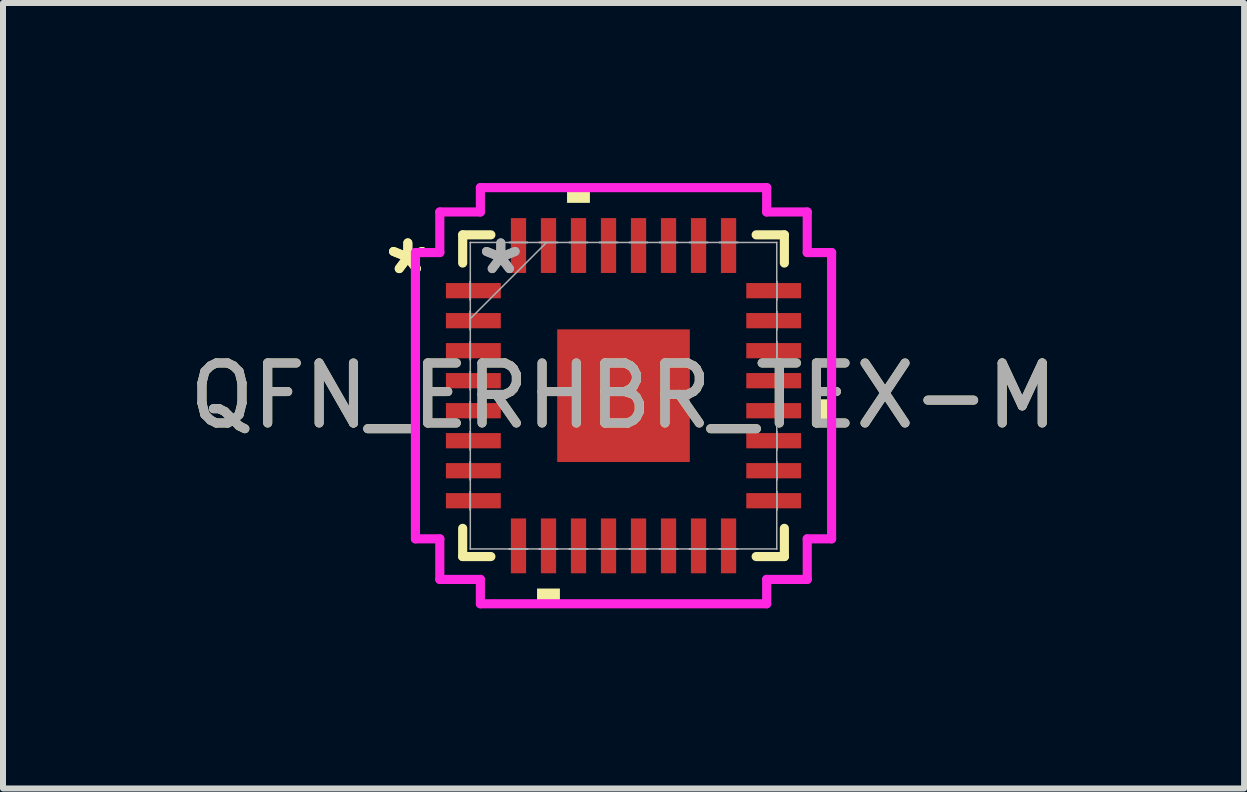
<source format=kicad_pcb>
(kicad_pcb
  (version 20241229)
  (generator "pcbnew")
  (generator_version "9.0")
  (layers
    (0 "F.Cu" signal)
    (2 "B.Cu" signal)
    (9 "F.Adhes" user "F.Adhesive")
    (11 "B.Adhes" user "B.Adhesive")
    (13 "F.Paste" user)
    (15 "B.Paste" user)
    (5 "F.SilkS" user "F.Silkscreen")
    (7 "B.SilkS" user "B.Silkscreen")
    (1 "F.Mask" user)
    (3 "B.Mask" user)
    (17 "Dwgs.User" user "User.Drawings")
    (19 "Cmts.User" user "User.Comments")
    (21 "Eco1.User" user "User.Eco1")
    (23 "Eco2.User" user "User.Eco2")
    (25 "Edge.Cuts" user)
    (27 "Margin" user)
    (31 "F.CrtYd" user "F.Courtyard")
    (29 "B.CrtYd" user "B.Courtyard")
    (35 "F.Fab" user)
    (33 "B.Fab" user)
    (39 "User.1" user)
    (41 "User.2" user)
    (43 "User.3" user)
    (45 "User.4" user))
  (footprint "QFN_ERHBR_TEX-M"
    (layer "F.Cu")
    (at 7.339 3.543)
    (property "Reference" "QFN_ERHBR_TEX-M" (at 0 0 0) (unlocked yes) (layer "F.SilkS") (effects (font (size 1 1) (thickness 0.15))))
    (attr smd)
    (fp_line (start -2.68 -2.68) (end -2.68 -2.21) (stroke (width 0.152) (type solid)) (layer "F.SilkS"))
    (fp_line (start -2.68 2.21) (end -2.68 2.68) (stroke (width 0.152) (type solid)) (layer "F.SilkS"))
    (fp_line (start -2.68 2.68) (end -2.21 2.68) (stroke (width 0.152) (type solid)) (layer "F.SilkS"))
    (fp_line (start -2.21 -2.68) (end -2.68 -2.68) (stroke (width 0.152) (type solid)) (layer "F.SilkS"))
    (fp_line (start 2.21 2.68) (end 2.68 2.68) (stroke (width 0.152) (type solid)) (layer "F.SilkS"))
    (fp_line (start 2.68 -2.68) (end 2.21 -2.68) (stroke (width 0.152) (type solid)) (layer "F.SilkS"))
    (fp_line (start 2.68 -2.21) (end 2.68 -2.68) (stroke (width 0.152) (type solid)) (layer "F.SilkS"))
    (fp_line (start 2.68 2.68) (end 2.68 2.21) (stroke (width 0.152) (type solid)) (layer "F.SilkS"))
    (fp_poly (pts (xy -1.441 3.213) (xy -1.441 3.467) (xy -1.06 3.467) (xy -1.06 3.213)) (stroke (width 0) (type solid)) (fill yes) (layer "F.SilkS"))
    (fp_poly (pts (xy -0.941 -3.213) (xy -0.941 -3.467) (xy -0.56 -3.467) (xy -0.56 -3.213)) (stroke (width 0) (type solid)) (fill yes) (layer "F.SilkS"))
    (fp_poly (pts (xy 3.467 0.06) (xy 3.467 0.441) (xy 3.213 0.441) (xy 3.213 0.06)) (stroke (width 0) (type solid)) (fill yes) (layer "F.SilkS"))
    (fp_line (start -3.467 -2.385) (end -3.061 -2.385) (stroke (width 0.152) (type solid)) (layer "F.CrtYd"))
    (fp_line (start -3.467 2.385) (end -3.467 -2.385) (stroke (width 0.152) (type solid)) (layer "F.CrtYd"))
    (fp_line (start -3.061 -3.061) (end -2.385 -3.061) (stroke (width 0.152) (type solid)) (layer "F.CrtYd"))
    (fp_line (start -3.061 -2.385) (end -3.061 -3.061) (stroke (width 0.152) (type solid)) (layer "F.CrtYd"))
    (fp_line (start -3.061 2.385) (end -3.467 2.385) (stroke (width 0.152) (type solid)) (layer "F.CrtYd"))
    (fp_line (start -3.061 3.061) (end -3.061 2.385) (stroke (width 0.152) (type solid)) (layer "F.CrtYd"))
    (fp_line (start -2.385 -3.467) (end 2.385 -3.467) (stroke (width 0.152) (type solid)) (layer "F.CrtYd"))
    (fp_line (start -2.385 -3.061) (end -2.385 -3.467) (stroke (width 0.152) (type solid)) (layer "F.CrtYd"))
    (fp_line (start -2.385 3.061) (end -3.061 3.061) (stroke (width 0.152) (type solid)) (layer "F.CrtYd"))
    (fp_line (start -2.385 3.467) (end -2.385 3.061) (stroke (width 0.152) (type solid)) (layer "F.CrtYd"))
    (fp_line (start 2.385 -3.467) (end 2.385 -3.061) (stroke (width 0.152) (type solid)) (layer "F.CrtYd"))
    (fp_line (start 2.385 -3.061) (end 3.061 -3.061) (stroke (width 0.152) (type solid)) (layer "F.CrtYd"))
    (fp_line (start 2.385 3.061) (end 2.385 3.467) (stroke (width 0.152) (type solid)) (layer "F.CrtYd"))
    (fp_line (start 2.385 3.467) (end -2.385 3.467) (stroke (width 0.152) (type solid)) (layer "F.CrtYd"))
    (fp_line (start 3.061 -3.061) (end 3.061 -2.385) (stroke (width 0.152) (type solid)) (layer "F.CrtYd"))
    (fp_line (start 3.061 -2.385) (end 3.467 -2.385) (stroke (width 0.152) (type solid)) (layer "F.CrtYd"))
    (fp_line (start 3.061 2.385) (end 3.061 3.061) (stroke (width 0.152) (type solid)) (layer "F.CrtYd"))
    (fp_line (start 3.061 3.061) (end 2.385 3.061) (stroke (width 0.152) (type solid)) (layer "F.CrtYd"))
    (fp_line (start 3.467 -2.385) (end 3.467 2.385) (stroke (width 0.152) (type solid)) (layer "F.CrtYd"))
    (fp_line (start 3.467 2.385) (end 3.061 2.385) (stroke (width 0.152) (type solid)) (layer "F.CrtYd"))
    (fp_line (start -2.553 -2.553) (end -2.553 -2.553) (stroke (width 0.025) (type solid)) (layer "F.Fab"))
    (fp_line (start -2.553 -2.553) (end -2.553 2.553) (stroke (width 0.025) (type solid)) (layer "F.Fab"))
    (fp_line (start -2.553 -1.903) (end -2.553 -1.903) (stroke (width 0.025) (type solid)) (layer "F.Fab"))
    (fp_line (start -2.553 -1.903) (end -2.553 -1.598) (stroke (width 0.025) (type solid)) (layer "F.Fab"))
    (fp_line (start -2.553 -1.598) (end -2.553 -1.903) (stroke (width 0.025) (type solid)) (layer "F.Fab"))
    (fp_line (start -2.553 -1.598) (end -2.553 -1.598) (stroke (width 0.025) (type solid)) (layer "F.Fab"))
    (fp_line (start -2.553 -1.403) (end -2.553 -1.403) (stroke (width 0.025) (type solid)) (layer "F.Fab"))
    (fp_line (start -2.553 -1.403) (end -2.553 -1.098) (stroke (width 0.025) (type solid)) (layer "F.Fab"))
    (fp_line (start -2.553 -1.283) (end -1.283 -2.553) (stroke (width 0.025) (type solid)) (layer "F.Fab"))
    (fp_line (start -2.553 -1.098) (end -2.553 -1.403) (stroke (width 0.025) (type solid)) (layer "F.Fab"))
    (fp_line (start -2.553 -1.098) (end -2.553 -1.098) (stroke (width 0.025) (type solid)) (layer "F.Fab"))
    (fp_line (start -2.553 -0.903) (end -2.553 -0.903) (stroke (width 0.025) (type solid)) (layer "F.Fab"))
    (fp_line (start -2.553 -0.903) (end -2.553 -0.598) (stroke (width 0.025) (type solid)) (layer "F.Fab"))
    (fp_line (start -2.553 -0.598) (end -2.553 -0.903) (stroke (width 0.025) (type solid)) (layer "F.Fab"))
    (fp_line (start -2.553 -0.598) (end -2.553 -0.598) (stroke (width 0.025) (type solid)) (layer "F.Fab"))
    (fp_line (start -2.553 -0.402) (end -2.553 -0.402) (stroke (width 0.025) (type solid)) (layer "F.Fab"))
    (fp_line (start -2.553 -0.402) (end -2.553 -0.098) (stroke (width 0.025) (type solid)) (layer "F.Fab"))
    (fp_line (start -2.553 -0.098) (end -2.553 -0.402) (stroke (width 0.025) (type solid)) (layer "F.Fab"))
    (fp_line (start -2.553 -0.098) (end -2.553 -0.098) (stroke (width 0.025) (type solid)) (layer "F.Fab"))
    (fp_line (start -2.553 0.098) (end -2.553 0.098) (stroke (width 0.025) (type solid)) (layer "F.Fab"))
    (fp_line (start -2.553 0.098) (end -2.553 0.402) (stroke (width 0.025) (type solid)) (layer "F.Fab"))
    (fp_line (start -2.553 0.402) (end -2.553 0.098) (stroke (width 0.025) (type solid)) (layer "F.Fab"))
    (fp_line (start -2.553 0.402) (end -2.553 0.402) (stroke (width 0.025) (type solid)) (layer "F.Fab"))
    (fp_line (start -2.553 0.598) (end -2.553 0.598) (stroke (width 0.025) (type solid)) (layer "F.Fab"))
    (fp_line (start -2.553 0.598) (end -2.553 0.903) (stroke (width 0.025) (type solid)) (layer "F.Fab"))
    (fp_line (start -2.553 0.903) (end -2.553 0.598) (stroke (width 0.025) (type solid)) (layer "F.Fab"))
    (fp_line (start -2.553 0.903) (end -2.553 0.903) (stroke (width 0.025) (type solid)) (layer "F.Fab"))
    (fp_line (start -2.553 1.098) (end -2.553 1.098) (stroke (width 0.025) (type solid)) (layer "F.Fab"))
    (fp_line (start -2.553 1.098) (end -2.553 1.403) (stroke (width 0.025) (type solid)) (layer "F.Fab"))
    (fp_line (start -2.553 1.403) (end -2.553 1.098) (stroke (width 0.025) (type solid)) (layer "F.Fab"))
    (fp_line (start -2.553 1.403) (end -2.553 1.403) (stroke (width 0.025) (type solid)) (layer "F.Fab"))
    (fp_line (start -2.553 1.598) (end -2.553 1.598) (stroke (width 0.025) (type solid)) (layer "F.Fab"))
    (fp_line (start -2.553 1.598) (end -2.553 1.903) (stroke (width 0.025) (type solid)) (layer "F.Fab"))
    (fp_line (start -2.553 1.903) (end -2.553 1.598) (stroke (width 0.025) (type solid)) (layer "F.Fab"))
    (fp_line (start -2.553 1.903) (end -2.553 1.903) (stroke (width 0.025) (type solid)) (layer "F.Fab"))
    (fp_line (start -2.553 2.553) (end -2.553 2.553) (stroke (width 0.025) (type solid)) (layer "F.Fab"))
    (fp_line (start -2.553 2.553) (end 2.553 2.553) (stroke (width 0.025) (type solid)) (layer "F.Fab"))
    (fp_line (start -1.903 -2.553) (end -1.903 -2.553) (stroke (width 0.025) (type solid)) (layer "F.Fab"))
    (fp_line (start -1.903 -2.553) (end -1.598 -2.553) (stroke (width 0.025) (type solid)) (layer "F.Fab"))
    (fp_line (start -1.903 2.553) (end -1.903 2.553) (stroke (width 0.025) (type solid)) (layer "F.Fab"))
    (fp_line (start -1.903 2.553) (end -1.598 2.553) (stroke (width 0.025) (type solid)) (layer "F.Fab"))
    (fp_line (start -1.598 -2.553) (end -1.903 -2.553) (stroke (width 0.025) (type solid)) (layer "F.Fab"))
    (fp_line (start -1.598 -2.553) (end -1.598 -2.553) (stroke (width 0.025) (type solid)) (layer "F.Fab"))
    (fp_line (start -1.598 2.553) (end -1.903 2.553) (stroke (width 0.025) (type solid)) (layer "F.Fab"))
    (fp_line (start -1.598 2.553) (end -1.598 2.553) (stroke (width 0.025) (type solid)) (layer "F.Fab"))
    (fp_line (start -1.403 -2.553) (end -1.403 -2.553) (stroke (width 0.025) (type solid)) (layer "F.Fab"))
    (fp_line (start -1.403 -2.553) (end -1.098 -2.553) (stroke (width 0.025) (type solid)) (layer "F.Fab"))
    (fp_line (start -1.403 2.553) (end -1.403 2.553) (stroke (width 0.025) (type solid)) (layer "F.Fab"))
    (fp_line (start -1.403 2.553) (end -1.098 2.553) (stroke (width 0.025) (type solid)) (layer "F.Fab"))
    (fp_line (start -1.098 -2.553) (end -1.403 -2.553) (stroke (width 0.025) (type solid)) (layer "F.Fab"))
    (fp_line (start -1.098 -2.553) (end -1.098 -2.553) (stroke (width 0.025) (type solid)) (layer "F.Fab"))
    (fp_line (start -1.098 2.553) (end -1.403 2.553) (stroke (width 0.025) (type solid)) (layer "F.Fab"))
    (fp_line (start -1.098 2.553) (end -1.098 2.553) (stroke (width 0.025) (type solid)) (layer "F.Fab"))
    (fp_line (start -0.903 -2.553) (end -0.903 -2.553) (stroke (width 0.025) (type solid)) (layer "F.Fab"))
    (fp_line (start -0.903 -2.553) (end -0.598 -2.553) (stroke (width 0.025) (type solid)) (layer "F.Fab"))
    (fp_line (start -0.903 2.553) (end -0.903 2.553) (stroke (width 0.025) (type solid)) (layer "F.Fab"))
    (fp_line (start -0.903 2.553) (end -0.598 2.553) (stroke (width 0.025) (type solid)) (layer "F.Fab"))
    (fp_line (start -0.598 -2.553) (end -0.903 -2.553) (stroke (width 0.025) (type solid)) (layer "F.Fab"))
    (fp_line (start -0.598 -2.553) (end -0.598 -2.553) (stroke (width 0.025) (type solid)) (layer "F.Fab"))
    (fp_line (start -0.598 2.553) (end -0.903 2.553) (stroke (width 0.025) (type solid)) (layer "F.Fab"))
    (fp_line (start -0.598 2.553) (end -0.598 2.553) (stroke (width 0.025) (type solid)) (layer "F.Fab"))
    (fp_line (start -0.402 -2.553) (end -0.402 -2.553) (stroke (width 0.025) (type solid)) (layer "F.Fab"))
    (fp_line (start -0.402 -2.553) (end -0.098 -2.553) (stroke (width 0.025) (type solid)) (layer "F.Fab"))
    (fp_line (start -0.402 2.553) (end -0.402 2.553) (stroke (width 0.025) (type solid)) (layer "F.Fab"))
    (fp_line (start -0.402 2.553) (end -0.098 2.553) (stroke (width 0.025) (type solid)) (layer "F.Fab"))
    (fp_line (start -0.098 -2.553) (end -0.402 -2.553) (stroke (width 0.025) (type solid)) (layer "F.Fab"))
    (fp_line (start -0.098 -2.553) (end -0.098 -2.553) (stroke (width 0.025) (type solid)) (layer "F.Fab"))
    (fp_line (start -0.098 2.553) (end -0.402 2.553) (stroke (width 0.025) (type solid)) (layer "F.Fab"))
    (fp_line (start -0.098 2.553) (end -0.098 2.553) (stroke (width 0.025) (type solid)) (layer "F.Fab"))
    (fp_line (start 0.098 -2.553) (end 0.098 -2.553) (stroke (width 0.025) (type solid)) (layer "F.Fab"))
    (fp_line (start 0.098 -2.553) (end 0.402 -2.553) (stroke (width 0.025) (type solid)) (layer "F.Fab"))
    (fp_line (start 0.098 2.553) (end 0.098 2.553) (stroke (width 0.025) (type solid)) (layer "F.Fab"))
    (fp_line (start 0.098 2.553) (end 0.402 2.553) (stroke (width 0.025) (type solid)) (layer "F.Fab"))
    (fp_line (start 0.402 -2.553) (end 0.098 -2.553) (stroke (width 0.025) (type solid)) (layer "F.Fab"))
    (fp_line (start 0.402 -2.553) (end 0.402 -2.553) (stroke (width 0.025) (type solid)) (layer "F.Fab"))
    (fp_line (start 0.402 2.553) (end 0.098 2.553) (stroke (width 0.025) (type solid)) (layer "F.Fab"))
    (fp_line (start 0.402 2.553) (end 0.402 2.553) (stroke (width 0.025) (type solid)) (layer "F.Fab"))
    (fp_line (start 0.598 -2.553) (end 0.598 -2.553) (stroke (width 0.025) (type solid)) (layer "F.Fab"))
    (fp_line (start 0.598 -2.553) (end 0.903 -2.553) (stroke (width 0.025) (type solid)) (layer "F.Fab"))
    (fp_line (start 0.598 2.553) (end 0.598 2.553) (stroke (width 0.025) (type solid)) (layer "F.Fab"))
    (fp_line (start 0.598 2.553) (end 0.903 2.553) (stroke (width 0.025) (type solid)) (layer "F.Fab"))
    (fp_line (start 0.903 -2.553) (end 0.598 -2.553) (stroke (width 0.025) (type solid)) (layer "F.Fab"))
    (fp_line (start 0.903 -2.553) (end 0.903 -2.553) (stroke (width 0.025) (type solid)) (layer "F.Fab"))
    (fp_line (start 0.903 2.553) (end 0.598 2.553) (stroke (width 0.025) (type solid)) (layer "F.Fab"))
    (fp_line (start 0.903 2.553) (end 0.903 2.553) (stroke (width 0.025) (type solid)) (layer "F.Fab"))
    (fp_line (start 1.098 -2.553) (end 1.098 -2.553) (stroke (width 0.025) (type solid)) (layer "F.Fab"))
    (fp_line (start 1.098 -2.553) (end 1.403 -2.553) (stroke (width 0.025) (type solid)) (layer "F.Fab"))
    (fp_line (start 1.098 2.553) (end 1.098 2.553) (stroke (width 0.025) (type solid)) (layer "F.Fab"))
    (fp_line (start 1.098 2.553) (end 1.403 2.553) (stroke (width 0.025) (type solid)) (layer "F.Fab"))
    (fp_line (start 1.403 -2.553) (end 1.098 -2.553) (stroke (width 0.025) (type solid)) (layer "F.Fab"))
    (fp_line (start 1.403 -2.553) (end 1.403 -2.553) (stroke (width 0.025) (type solid)) (layer "F.Fab"))
    (fp_line (start 1.403 2.553) (end 1.098 2.553) (stroke (width 0.025) (type solid)) (layer "F.Fab"))
    (fp_line (start 1.403 2.553) (end 1.403 2.553) (stroke (width 0.025) (type solid)) (layer "F.Fab"))
    (fp_line (start 1.598 -2.553) (end 1.598 -2.553) (stroke (width 0.025) (type solid)) (layer "F.Fab"))
    (fp_line (start 1.598 -2.553) (end 1.903 -2.553) (stroke (width 0.025) (type solid)) (layer "F.Fab"))
    (fp_line (start 1.598 2.553) (end 1.598 2.553) (stroke (width 0.025) (type solid)) (layer "F.Fab"))
    (fp_line (start 1.598 2.553) (end 1.903 2.553) (stroke (width 0.025) (type solid)) (layer "F.Fab"))
    (fp_line (start 1.903 -2.553) (end 1.598 -2.553) (stroke (width 0.025) (type solid)) (layer "F.Fab"))
    (fp_line (start 1.903 -2.553) (end 1.903 -2.553) (stroke (width 0.025) (type solid)) (layer "F.Fab"))
    (fp_line (start 1.903 2.553) (end 1.598 2.553) (stroke (width 0.025) (type solid)) (layer "F.Fab"))
    (fp_line (start 1.903 2.553) (end 1.903 2.553) (stroke (width 0.025) (type solid)) (layer "F.Fab"))
    (fp_line (start 2.553 -2.553) (end -2.553 -2.553) (stroke (width 0.025) (type solid)) (layer "F.Fab"))
    (fp_line (start 2.553 -2.553) (end 2.553 -2.553) (stroke (width 0.025) (type solid)) (layer "F.Fab"))
    (fp_line (start 2.553 -1.903) (end 2.553 -1.903) (stroke (width 0.025) (type solid)) (layer "F.Fab"))
    (fp_line (start 2.553 -1.903) (end 2.553 -1.598) (stroke (width 0.025) (type solid)) (layer "F.Fab"))
    (fp_line (start 2.553 -1.598) (end 2.553 -1.903) (stroke (width 0.025) (type solid)) (layer "F.Fab"))
    (fp_line (start 2.553 -1.598) (end 2.553 -1.598) (stroke (width 0.025) (type solid)) (layer "F.Fab"))
    (fp_line (start 2.553 -1.403) (end 2.553 -1.403) (stroke (width 0.025) (type solid)) (layer "F.Fab"))
    (fp_line (start 2.553 -1.403) (end 2.553 -1.098) (stroke (width 0.025) (type solid)) (layer "F.Fab"))
    (fp_line (start 2.553 -1.098) (end 2.553 -1.403) (stroke (width 0.025) (type solid)) (layer "F.Fab"))
    (fp_line (start 2.553 -1.098) (end 2.553 -1.098) (stroke (width 0.025) (type solid)) (layer "F.Fab"))
    (fp_line (start 2.553 -0.903) (end 2.553 -0.903) (stroke (width 0.025) (type solid)) (layer "F.Fab"))
    (fp_line (start 2.553 -0.903) (end 2.553 -0.598) (stroke (width 0.025) (type solid)) (layer "F.Fab"))
    (fp_line (start 2.553 -0.598) (end 2.553 -0.903) (stroke (width 0.025) (type solid)) (layer "F.Fab"))
    (fp_line (start 2.553 -0.598) (end 2.553 -0.598) (stroke (width 0.025) (type solid)) (layer "F.Fab"))
    (fp_line (start 2.553 -0.402) (end 2.553 -0.402) (stroke (width 0.025) (type solid)) (layer "F.Fab"))
    (fp_line (start 2.553 -0.402) (end 2.553 -0.098) (stroke (width 0.025) (type solid)) (layer "F.Fab"))
    (fp_line (start 2.553 -0.098) (end 2.553 -0.402) (stroke (width 0.025) (type solid)) (layer "F.Fab"))
    (fp_line (start 2.553 -0.098) (end 2.553 -0.098) (stroke (width 0.025) (type solid)) (layer "F.Fab"))
    (fp_line (start 2.553 0.098) (end 2.553 0.098) (stroke (width 0.025) (type solid)) (layer "F.Fab"))
    (fp_line (start 2.553 0.098) (end 2.553 0.402) (stroke (width 0.025) (type solid)) (layer "F.Fab"))
    (fp_line (start 2.553 0.402) (end 2.553 0.098) (stroke (width 0.025) (type solid)) (layer "F.Fab"))
    (fp_line (start 2.553 0.402) (end 2.553 0.402) (stroke (width 0.025) (type solid)) (layer "F.Fab"))
    (fp_line (start 2.553 0.598) (end 2.553 0.598) (stroke (width 0.025) (type solid)) (layer "F.Fab"))
    (fp_line (start 2.553 0.598) (end 2.553 0.903) (stroke (width 0.025) (type solid)) (layer "F.Fab"))
    (fp_line (start 2.553 0.903) (end 2.553 0.598) (stroke (width 0.025) (type solid)) (layer "F.Fab"))
    (fp_line (start 2.553 0.903) (end 2.553 0.903) (stroke (width 0.025) (type solid)) (layer "F.Fab"))
    (fp_line (start 2.553 1.098) (end 2.553 1.098) (stroke (width 0.025) (type solid)) (layer "F.Fab"))
    (fp_line (start 2.553 1.098) (end 2.553 1.403) (stroke (width 0.025) (type solid)) (layer "F.Fab"))
    (fp_line (start 2.553 1.403) (end 2.553 1.098) (stroke (width 0.025) (type solid)) (layer "F.Fab"))
    (fp_line (start 2.553 1.403) (end 2.553 1.403) (stroke (width 0.025) (type solid)) (layer "F.Fab"))
    (fp_line (start 2.553 1.598) (end 2.553 1.598) (stroke (width 0.025) (type solid)) (layer "F.Fab"))
    (fp_line (start 2.553 1.598) (end 2.553 1.903) (stroke (width 0.025) (type solid)) (layer "F.Fab"))
    (fp_line (start 2.553 1.903) (end 2.553 1.598) (stroke (width 0.025) (type solid)) (layer "F.Fab"))
    (fp_line (start 2.553 1.903) (end 2.553 1.903) (stroke (width 0.025) (type solid)) (layer "F.Fab"))
    (fp_line (start 2.553 2.553) (end 2.553 -2.553) (stroke (width 0.025) (type solid)) (layer "F.Fab"))
    (fp_line (start 2.553 2.553) (end 2.553 2.553) (stroke (width 0.025) (type solid)) (layer "F.Fab"))
    (fp_text user "*" (at -3.594 -2.001 0) (layer "F.SilkS") (effects (font (size 1 1) (thickness 0.15))))
    (fp_text user "*" (at -3.594 -2.001 0) (unlocked yes) (layer "F.SilkS") (effects (font (size 1 1) (thickness 0.15))))
    (fp_text user "*" (at -2.045 -2.001 0) (unlocked yes) (layer "F.Fab") (effects (font (size 1 1) (thickness 0.15))))
    (fp_text user "${REFERENCE}" (at 0 0 0) (unlocked yes) (layer "F.Fab") (effects (font (size 1 1) (thickness 0.15))))
    (fp_text user "*" (at -2.045 -2.001 0) (layer "F.Fab") (effects (font (size 1 1) (thickness 0.15))))
    (pad "1" smd rect (at -2.502 -1.75 90) (size 0.254 0.914) (layers "F.Cu" "F.Mask" "F.Paste"))
    (pad "2" smd rect (at -2.502 -1.25 90) (size 0.254 0.914) (layers "F.Cu" "F.Mask" "F.Paste"))
    (pad "3" smd rect (at -2.502 -0.75 90) (size 0.254 0.914) (layers "F.Cu" "F.Mask" "F.Paste"))
    (pad "4" smd rect (at -2.502 -0.25 90) (size 0.254 0.914) (layers "F.Cu" "F.Mask" "F.Paste"))
    (pad "5" smd rect (at -2.502 0.25 90) (size 0.254 0.914) (layers "F.Cu" "F.Mask" "F.Paste"))
    (pad "6" smd rect (at -2.502 0.75 90) (size 0.254 0.914) (layers "F.Cu" "F.Mask" "F.Paste"))
    (pad "7" smd rect (at -2.502 1.25 90) (size 0.254 0.914) (layers "F.Cu" "F.Mask" "F.Paste"))
    (pad "8" smd rect (at -2.502 1.75 90) (size 0.254 0.914) (layers "F.Cu" "F.Mask" "F.Paste"))
    (pad "9" smd rect (at -1.75 2.502) (size 0.254 0.914) (layers "F.Cu" "F.Mask" "F.Paste"))
    (pad "10" smd rect (at -1.25 2.502) (size 0.254 0.914) (layers "F.Cu" "F.Mask" "F.Paste"))
    (pad "11" smd rect (at -0.75 2.502) (size 0.254 0.914) (layers "F.Cu" "F.Mask" "F.Paste"))
    (pad "12" smd rect (at -0.25 2.502) (size 0.254 0.914) (layers "F.Cu" "F.Mask" "F.Paste"))
    (pad "13" smd rect (at 0.25 2.502) (size 0.254 0.914) (layers "F.Cu" "F.Mask" "F.Paste"))
    (pad "14" smd rect (at 0.75 2.502) (size 0.254 0.914) (layers "F.Cu" "F.Mask" "F.Paste"))
    (pad "15" smd rect (at 1.25 2.502) (size 0.254 0.914) (layers "F.Cu" "F.Mask" "F.Paste"))
    (pad "16" smd rect (at 1.75 2.502) (size 0.254 0.914) (layers "F.Cu" "F.Mask" "F.Paste"))
    (pad "17" smd rect (at 2.502 1.75 90) (size 0.254 0.914) (layers "F.Cu" "F.Mask" "F.Paste"))
    (pad "18" smd rect (at 2.502 1.25 90) (size 0.254 0.914) (layers "F.Cu" "F.Mask" "F.Paste"))
    (pad "19" smd rect (at 2.502 0.75 90) (size 0.254 0.914) (layers "F.Cu" "F.Mask" "F.Paste"))
    (pad "20" smd rect (at 2.502 0.25 90) (size 0.254 0.914) (layers "F.Cu" "F.Mask" "F.Paste"))
    (pad "21" smd rect (at 2.502 -0.25 90) (size 0.254 0.914) (layers "F.Cu" "F.Mask" "F.Paste"))
    (pad "22" smd rect (at 2.502 -0.75 90) (size 0.254 0.914) (layers "F.Cu" "F.Mask" "F.Paste"))
    (pad "23" smd rect (at 2.502 -1.25 90) (size 0.254 0.914) (layers "F.Cu" "F.Mask" "F.Paste"))
    (pad "24" smd rect (at 2.502 -1.75 90) (size 0.254 0.914) (layers "F.Cu" "F.Mask" "F.Paste"))
    (pad "25" smd rect (at 1.75 -2.502) (size 0.254 0.914) (layers "F.Cu" "F.Mask" "F.Paste"))
    (pad "26" smd rect (at 1.25 -2.502) (size 0.254 0.914) (layers "F.Cu" "F.Mask" "F.Paste"))
    (pad "27" smd rect (at 0.75 -2.502) (size 0.254 0.914) (layers "F.Cu" "F.Mask" "F.Paste"))
    (pad "28" smd rect (at 0.25 -2.502) (size 0.254 0.914) (layers "F.Cu" "F.Mask" "F.Paste"))
    (pad "29" smd rect (at -0.25 -2.502) (size 0.254 0.914) (layers "F.Cu" "F.Mask" "F.Paste"))
    (pad "30" smd rect (at -0.75 -2.502) (size 0.254 0.914) (layers "F.Cu" "F.Mask" "F.Paste"))
    (pad "31" smd rect (at -1.25 -2.502) (size 0.254 0.914) (layers "F.Cu" "F.Mask" "F.Paste"))
    (pad "32" smd rect (at -1.75 -2.502) (size 0.254 0.914) (layers "F.Cu" "F.Mask" "F.Paste"))
    (pad "33" smd rect (at 0 0) (size 2.21 2.21) (layers "F.Cu" "F.Mask" "F.Paste")))
  (gr_rect
    (start -3 -3)
    (end 17.679 10.087)
    (stroke (width 0.1) (type default))
    (fill no)
    (layer "Edge.Cuts")))
</source>
